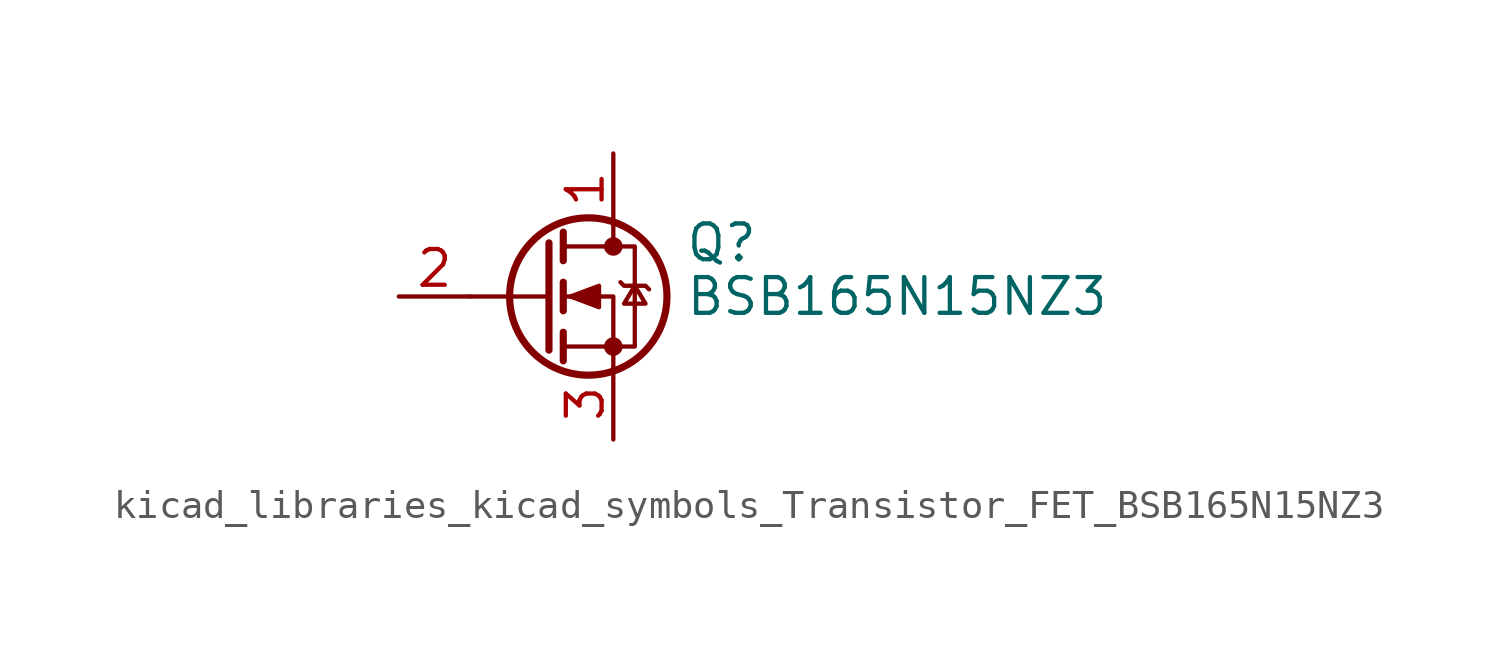
<source format=kicad_sym>
(kicad_symbol_lib
  (version 20220914)
  (generator kicad_symbol_editor)
  (symbol "kicad_libraries_kicad_symbols_Transistor_FET_BSB165N15NZ3"
    (pin_names hide)
    (property "Reference" "Q"
      (at 5.08 1.905 0)
      (effects (font (size 1.27 1.27)) (justify left)))
    (property "Value" "BSB165N15NZ3"
      (at 5.08 0 0)
      (effects (font (size 1.27 1.27)) (justify left)))
    (symbol "kicad_libraries_kicad_symbols_Transistor_FET_BSB165N15NZ3_0_1"
      (polyline (pts (xy 0.254 0) (xy -2.54 0)) (stroke (width 0) (type default)) (fill (type none)))
      (polyline (pts (xy 0.254 1.905) (xy 0.254 -1.905)) (stroke (width 0.254) (type default)) (fill (type none)))
      (polyline (pts (xy 0.762 -1.27) (xy 0.762 -2.286)) (stroke (width 0.254) (type default)) (fill (type none)))
      (polyline (pts (xy 0.762 0.508) (xy 0.762 -0.508)) (stroke (width 0.254) (type default)) (fill (type none)))
      (polyline (pts (xy 0.762 2.286) (xy 0.762 1.27)) (stroke (width 0.254) (type default)) (fill (type none)))
      (polyline (pts (xy 2.54 2.54) (xy 2.54 1.778)) (stroke (width 0) (type default)) (fill (type none)))
      (polyline (pts (xy 2.54 -2.54) (xy 2.54 0) (xy 0.762 0)) (stroke (width 0) (type default)) (fill (type none)))
      (polyline (pts (xy 0.762 -1.778) (xy 3.302 -1.778) (xy 3.302 1.778) (xy 0.762 1.778)) (stroke (width 0) (type default)) (fill (type none)))
      (polyline (pts (xy 1.016 0) (xy 2.032 0.381) (xy 2.032 -0.381) (xy 1.016 0)) (stroke (width 0) (type default)) (fill (type outline)))
      (polyline (pts (xy 2.794 0.508) (xy 2.921 0.381) (xy 3.683 0.381) (xy 3.81 0.254)) (stroke (width 0) (type default)) (fill (type none)))
      (polyline (pts (xy 3.302 0.381) (xy 2.921 -0.254) (xy 3.683 -0.254) (xy 3.302 0.381)) (stroke (width 0) (type default)) (fill (type none)))
      (circle (center 1.651 0) (radius 2.794) (stroke (width 0.254) (type default)) (fill (type none)))
      (circle (center 2.54 -1.778) (radius 0.254) (stroke (width 0) (type default)) (fill (type outline)))
      (circle (center 2.54 1.778) (radius 0.254) (stroke (width 0) (type default)) (fill (type outline))))
    (symbol "kicad_libraries_kicad_symbols_Transistor_FET_BSB165N15NZ3_1_1"
      (pin passive line (at 2.54 5.08 270) (length 2.54) (name "D" (effects (font (size 1.27 1.27)))) (number "1" (effects (font (size 1.27 1.27)))))
      (pin input line (at -5.08 0 0) (length 2.54) (name "G" (effects (font (size 1.27 1.27)))) (number "2" (effects (font (size 1.27 1.27)))))
      (pin passive line (at 2.54 -5.08 90) (length 2.54) (name "S" (effects (font (size 1.27 1.27)))) (number "3" (effects (font (size 1.27 1.27))))))))
</source>
